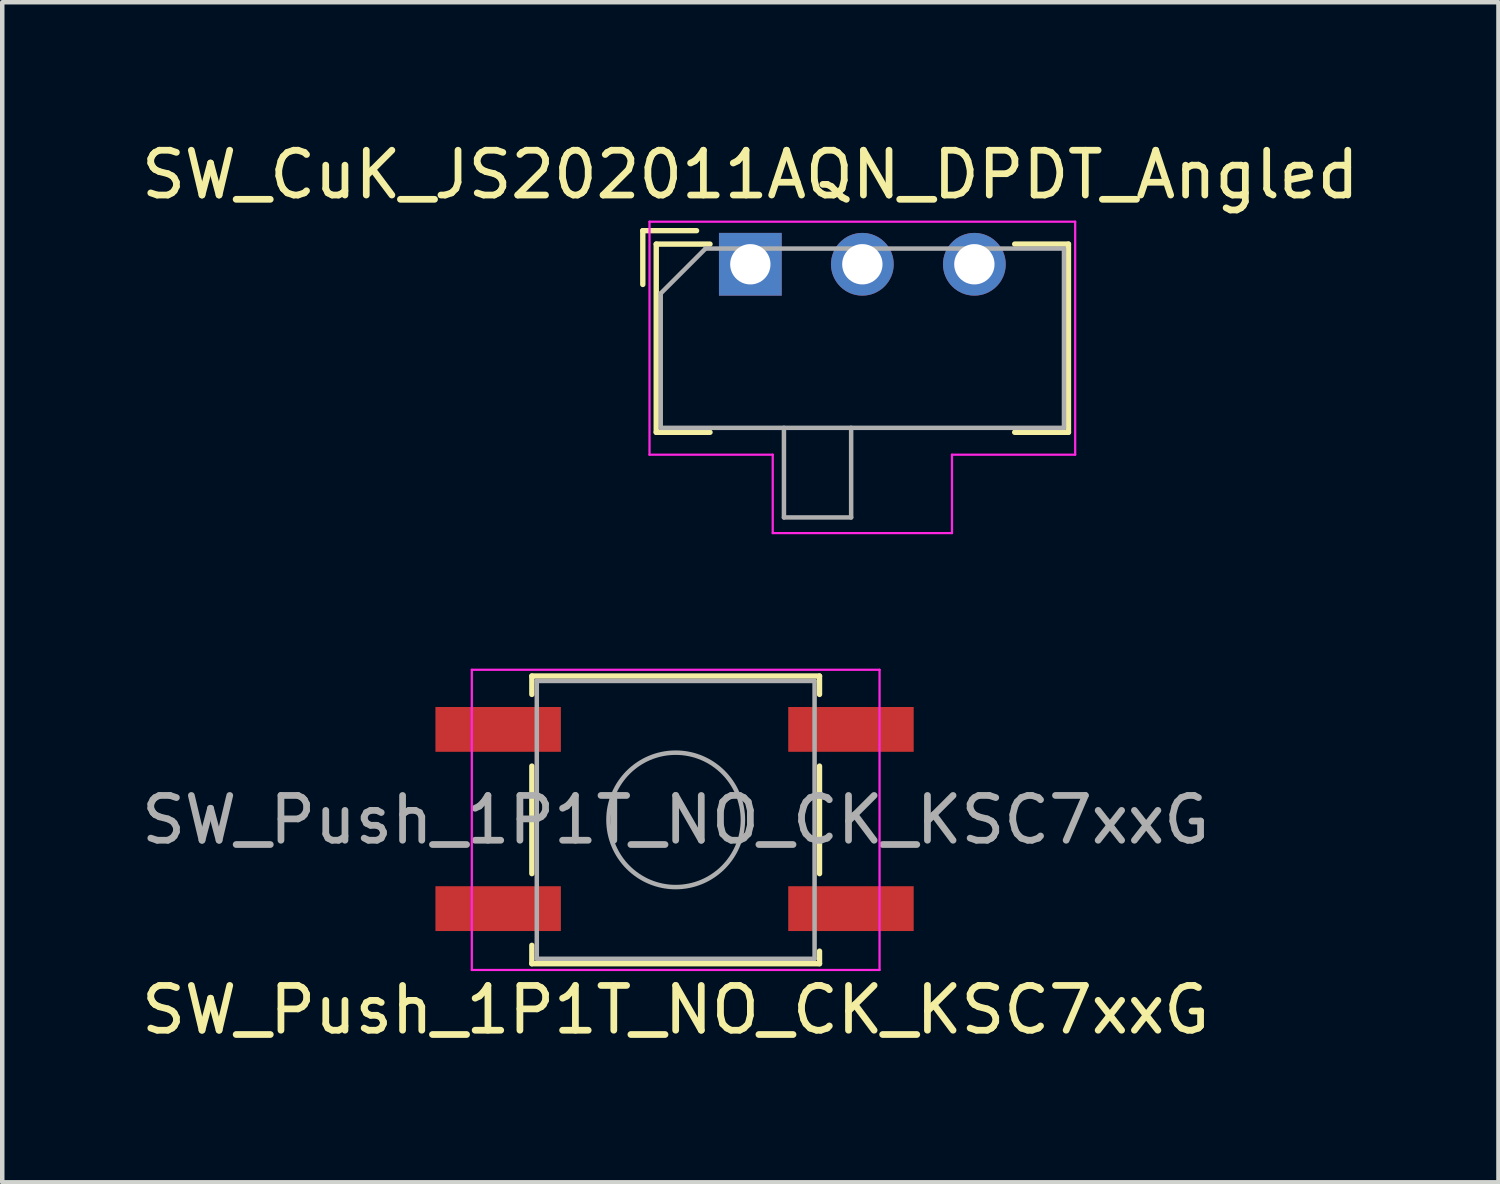
<source format=kicad_pcb>
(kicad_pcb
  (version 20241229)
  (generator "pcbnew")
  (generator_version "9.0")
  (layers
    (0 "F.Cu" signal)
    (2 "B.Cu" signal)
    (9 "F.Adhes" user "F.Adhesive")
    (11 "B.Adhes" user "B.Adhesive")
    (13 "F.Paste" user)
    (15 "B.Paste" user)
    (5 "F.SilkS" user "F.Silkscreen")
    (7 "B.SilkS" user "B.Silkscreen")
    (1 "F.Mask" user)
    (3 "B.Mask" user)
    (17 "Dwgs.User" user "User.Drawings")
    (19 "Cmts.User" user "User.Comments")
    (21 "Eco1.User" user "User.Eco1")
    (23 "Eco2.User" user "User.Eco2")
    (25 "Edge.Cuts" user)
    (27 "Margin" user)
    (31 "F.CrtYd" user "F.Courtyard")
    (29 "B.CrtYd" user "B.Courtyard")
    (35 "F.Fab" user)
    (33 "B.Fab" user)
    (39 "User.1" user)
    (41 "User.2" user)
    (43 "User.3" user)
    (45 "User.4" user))
  (footprint "SW_Push_1P1T_NO_CK_KSC7xxG"
    (layer "F.Cu")
    (at 12.03 15.248)
    (property "Reference" "SW_Push_1P1T_NO_CK_KSC7xxG" (at 0 4.24 0) (layer "F.SilkS") (effects (font (size 1 1) (thickness 0.15))))
    (attr smd)
    (fp_line (start -3.21 -3.21) (end -3.21 -2.8) (stroke (width 0.12) (type solid)) (layer "F.SilkS"))
    (fp_line (start -3.21 -1.2) (end -3.21 1.2) (stroke (width 0.12) (type solid)) (layer "F.SilkS"))
    (fp_line (start -3.21 2.8) (end -3.21 3.21) (stroke (width 0.12) (type solid)) (layer "F.SilkS"))
    (fp_line (start -3.21 3.21) (end 3.21 3.21) (stroke (width 0.12) (type solid)) (layer "F.SilkS"))
    (fp_line (start 3.21 -3.21) (end -3.21 -3.21) (stroke (width 0.12) (type solid)) (layer "F.SilkS"))
    (fp_line (start 3.21 -2.8) (end 3.21 -3.21) (stroke (width 0.12) (type solid)) (layer "F.SilkS"))
    (fp_line (start 3.21 1.2) (end 3.21 -1.2) (stroke (width 0.12) (type solid)) (layer "F.SilkS"))
    (fp_line (start 3.21 3.21) (end 3.21 2.93) (stroke (width 0.12) (type solid)) (layer "F.SilkS"))
    (fp_line (start -4.55 -3.35) (end 4.55 -3.35) (stroke (width 0.05) (type solid)) (layer "F.CrtYd"))
    (fp_line (start -4.55 3.35) (end -4.55 -3.35) (stroke (width 0.05) (type solid)) (layer "F.CrtYd"))
    (fp_line (start 4.55 -3.35) (end 4.55 3.35) (stroke (width 0.05) (type solid)) (layer "F.CrtYd"))
    (fp_line (start 4.55 3.35) (end -4.55 3.35) (stroke (width 0.05) (type solid)) (layer "F.CrtYd"))
    (fp_line (start -3.1 -3.1) (end 3.1 -3.1) (stroke (width 0.1) (type solid)) (layer "F.Fab"))
    (fp_line (start -3.1 3.1) (end -3.1 -3.1) (stroke (width 0.1) (type solid)) (layer "F.Fab"))
    (fp_line (start 3.1 -3.1) (end 3.1 3.1) (stroke (width 0.1) (type solid)) (layer "F.Fab"))
    (fp_line (start 3.1 3.1) (end -3.1 3.1) (stroke (width 0.1) (type solid)) (layer "F.Fab"))
    (fp_circle (center 0 0) (end 1.5 0) (stroke (width 0.1) (type solid)) (fill no) (layer "F.Fab"))
    (fp_text user "${REFERENCE}" (at 0 0 0) (layer "F.Fab") (effects (font (size 1 1) (thickness 0.15))))
    (pad "1" smd rect (at -3.962 -2.019) (size 2.8 1) (layers "F.Cu" "F.Mask" "F.Paste"))
    (pad "1" smd rect (at 3.912 -2.019) (size 2.8 1) (layers "F.Cu" "F.Mask" "F.Paste"))
    (pad "2" smd rect (at -3.962 1.981) (size 2.8 1) (layers "F.Cu" "F.Mask" "F.Paste"))
    (pad "2" smd rect (at 3.912 1.981) (size 2.8 1) (layers "F.Cu" "F.Mask" "F.Paste")))
  (footprint "SW_CuK_JS202011AQN_DPDT_Angled"
    (layer "F.Cu")
    (at 13.696 2.848)
    (property "Reference" "SW_CuK_JS202011AQN_DPDT_Angled" (at 0 -2 180) (layer "F.SilkS") (effects (font (size 1 1) (thickness 0.15))))
    (attr through_hole exclude_from_pos_files)
    (fp_line (start -2.4 -0.75) (end -1.2 -0.75) (stroke (width 0.12) (type solid)) (layer "F.SilkS"))
    (fp_line (start -2.4 0.45) (end -2.4 -0.75) (stroke (width 0.12) (type solid)) (layer "F.SilkS"))
    (fp_line (start -2.1 -0.45) (end -0.9 -0.45) (stroke (width 0.12) (type solid)) (layer "F.SilkS"))
    (fp_line (start -2.1 3.75) (end -2.1 -0.45) (stroke (width 0.12) (type solid)) (layer "F.SilkS"))
    (fp_line (start -0.9 3.75) (end -2.1 3.75) (stroke (width 0.12) (type solid)) (layer "F.SilkS"))
    (fp_line (start 5.9 3.75) (end 7.1 3.75) (stroke (width 0.12) (type solid)) (layer "F.SilkS"))
    (fp_line (start 7.1 -0.45) (end 5.9 -0.45) (stroke (width 0.12) (type solid)) (layer "F.SilkS"))
    (fp_line (start 7.1 3.75) (end 7.1 -0.45) (stroke (width 0.12) (type solid)) (layer "F.SilkS"))
    (fp_line (start -2.25 -0.95) (end -2.25 4.25) (stroke (width 0.05) (type solid)) (layer "F.CrtYd"))
    (fp_line (start -2.25 4.25) (end 0.5 4.25) (stroke (width 0.05) (type solid)) (layer "F.CrtYd"))
    (fp_line (start 0.5 6) (end 0.5 4.25) (stroke (width 0.05) (type solid)) (layer "F.CrtYd"))
    (fp_line (start 0.5 6) (end 4.5 6) (stroke (width 0.05) (type solid)) (layer "F.CrtYd"))
    (fp_line (start 4.5 4.25) (end 4.5 6) (stroke (width 0.05) (type solid)) (layer "F.CrtYd"))
    (fp_line (start 4.5 4.25) (end 7.25 4.25) (stroke (width 0.05) (type solid)) (layer "F.CrtYd"))
    (fp_line (start 7.25 -0.95) (end -2.25 -0.95) (stroke (width 0.05) (type solid)) (layer "F.CrtYd"))
    (fp_line (start 7.25 4.25) (end 7.25 -0.95) (stroke (width 0.05) (type solid)) (layer "F.CrtYd"))
    (fp_line (start -2 0.65) (end -2 3.65) (stroke (width 0.1) (type solid)) (layer "F.Fab"))
    (fp_line (start -2 0.65) (end -1 -0.35) (stroke (width 0.1) (type solid)) (layer "F.Fab"))
    (fp_line (start -2 3.65) (end 7 3.65) (stroke (width 0.1) (type solid)) (layer "F.Fab"))
    (fp_line (start 0.75 5.65) (end 0.75 3.65) (stroke (width 0.1) (type solid)) (layer "F.Fab"))
    (fp_line (start 2.25 3.65) (end 2.25 5.65) (stroke (width 0.1) (type solid)) (layer "F.Fab"))
    (fp_line (start 2.25 5.65) (end 0.75 5.65) (stroke (width 0.1) (type solid)) (layer "F.Fab"))
    (fp_line (start 7 -0.35) (end -1 -0.35) (stroke (width 0.1) (type solid)) (layer "F.Fab"))
    (fp_line (start 7 3.65) (end 7 -0.35) (stroke (width 0.1) (type solid)) (layer "F.Fab"))
    (pad "1" thru_hole rect (at 0 0) (size 1.4 1.4) (drill 0.9) (layers "*.Cu" "*.Mask"))
    (pad "2" thru_hole circle (at 2.5 0) (size 1.4 1.4) (drill 0.9) (layers "*.Cu" "*.Mask"))
    (pad "3" thru_hole circle (at 5 0) (size 1.4 1.4) (drill 0.9) (layers "*.Cu" "*.Mask")))
  (gr_rect
    (start -3 -3)
    (end 30.393 23.337)
    (stroke (width 0.1) (type default))
    (fill no)
    (layer "Edge.Cuts")))
</source>
